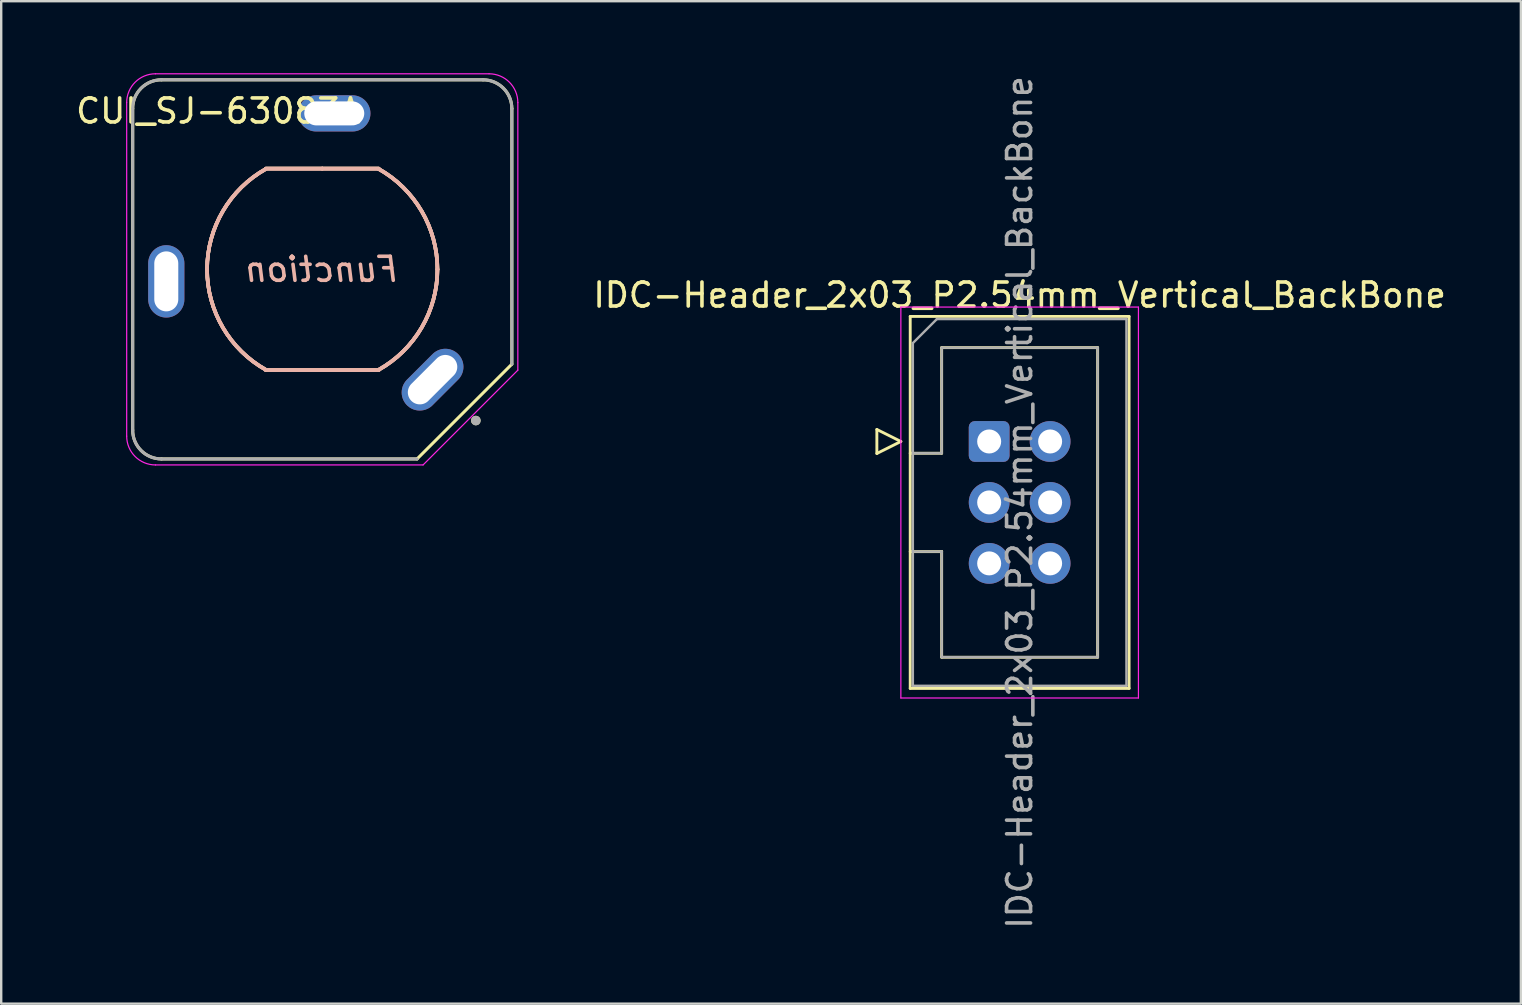
<source format=kicad_pcb>
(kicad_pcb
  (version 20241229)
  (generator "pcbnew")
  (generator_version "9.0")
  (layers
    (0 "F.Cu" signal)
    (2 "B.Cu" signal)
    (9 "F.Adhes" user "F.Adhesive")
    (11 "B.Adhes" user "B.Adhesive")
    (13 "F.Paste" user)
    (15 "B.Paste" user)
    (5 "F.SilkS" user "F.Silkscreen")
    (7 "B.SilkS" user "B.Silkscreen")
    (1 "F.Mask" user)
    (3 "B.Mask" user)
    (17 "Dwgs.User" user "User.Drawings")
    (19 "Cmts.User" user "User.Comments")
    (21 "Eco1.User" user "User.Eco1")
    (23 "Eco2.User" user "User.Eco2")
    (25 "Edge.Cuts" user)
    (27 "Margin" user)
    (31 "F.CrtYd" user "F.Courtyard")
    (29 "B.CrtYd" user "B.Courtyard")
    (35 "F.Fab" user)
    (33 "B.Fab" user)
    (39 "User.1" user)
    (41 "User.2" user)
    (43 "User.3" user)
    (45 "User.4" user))
  (footprint "IDC-Header_2x03_P2.54mm_Vertical_BackBone"
    (layer "F.Cu")
    (at 38.17 15.347)
    (property "Reference" "IDC-Header_2x03_P2.54mm_Vertical_BackBone" (at 1.27 -6.1 0) (layer "F.SilkS") (effects (font (size 1 1) (thickness 0.15))))
    (attr through_hole)
    (fp_line (start -4.68 -0.5) (end -4.68 0.5) (stroke (width 0.12) (type solid)) (layer "F.SilkS"))
    (fp_line (start -4.68 0.5) (end -3.68 0) (stroke (width 0.12) (type solid)) (layer "F.SilkS"))
    (fp_line (start -3.68 0) (end -4.68 -0.5) (stroke (width 0.12) (type solid)) (layer "F.SilkS"))
    (fp_line (start -3.29 -5.21) (end 5.83 -5.21) (stroke (width 0.12) (type solid)) (layer "F.SilkS"))
    (fp_line (start -3.29 0.49) (end -1.98 0.49) (stroke (width 0.12) (type solid)) (layer "F.SilkS"))
    (fp_line (start -3.29 10.29) (end -3.29 -5.21) (stroke (width 0.12) (type solid)) (layer "F.SilkS"))
    (fp_line (start -1.98 -3.91) (end 4.52 -3.91) (stroke (width 0.12) (type solid)) (layer "F.SilkS"))
    (fp_line (start -1.98 0.49) (end -1.98 -3.91) (stroke (width 0.12) (type solid)) (layer "F.SilkS"))
    (fp_line (start -1.98 4.59) (end -3.29 4.59) (stroke (width 0.12) (type solid)) (layer "F.SilkS"))
    (fp_line (start -1.98 4.59) (end -1.98 4.59) (stroke (width 0.12) (type solid)) (layer "F.SilkS"))
    (fp_line (start -1.98 8.99) (end -1.98 4.59) (stroke (width 0.12) (type solid)) (layer "F.SilkS"))
    (fp_line (start 4.52 -3.91) (end 4.52 8.99) (stroke (width 0.12) (type solid)) (layer "F.SilkS"))
    (fp_line (start 4.52 8.99) (end -1.98 8.99) (stroke (width 0.12) (type solid)) (layer "F.SilkS"))
    (fp_line (start 5.83 -5.21) (end 5.83 10.29) (stroke (width 0.12) (type solid)) (layer "F.SilkS"))
    (fp_line (start 5.83 10.29) (end -3.29 10.29) (stroke (width 0.12) (type solid)) (layer "F.SilkS"))
    (fp_line (start -3.68 -5.6) (end -3.68 10.69) (stroke (width 0.05) (type solid)) (layer "F.CrtYd"))
    (fp_line (start -3.68 10.69) (end 6.22 10.69) (stroke (width 0.05) (type solid)) (layer "F.CrtYd"))
    (fp_line (start 6.22 -5.6) (end -3.68 -5.6) (stroke (width 0.05) (type solid)) (layer "F.CrtYd"))
    (fp_line (start 6.22 10.69) (end 6.22 -5.6) (stroke (width 0.05) (type solid)) (layer "F.CrtYd"))
    (fp_line (start -3.18 -4.1) (end -2.18 -5.1) (stroke (width 0.1) (type solid)) (layer "F.Fab"))
    (fp_line (start -3.18 0.49) (end -1.98 0.49) (stroke (width 0.1) (type solid)) (layer "F.Fab"))
    (fp_line (start -3.18 10.18) (end -3.18 -4.1) (stroke (width 0.1) (type solid)) (layer "F.Fab"))
    (fp_line (start -2.18 -5.1) (end 5.72 -5.1) (stroke (width 0.1) (type solid)) (layer "F.Fab"))
    (fp_line (start -1.98 -3.91) (end 4.52 -3.91) (stroke (width 0.1) (type solid)) (layer "F.Fab"))
    (fp_line (start -1.98 0.49) (end -1.98 -3.91) (stroke (width 0.1) (type solid)) (layer "F.Fab"))
    (fp_line (start -1.98 4.59) (end -3.18 4.59) (stroke (width 0.1) (type solid)) (layer "F.Fab"))
    (fp_line (start -1.98 4.59) (end -1.98 4.59) (stroke (width 0.1) (type solid)) (layer "F.Fab"))
    (fp_line (start -1.98 8.99) (end -1.98 4.59) (stroke (width 0.1) (type solid)) (layer "F.Fab"))
    (fp_line (start 4.52 -3.91) (end 4.52 8.99) (stroke (width 0.1) (type solid)) (layer "F.Fab"))
    (fp_line (start 4.52 8.99) (end -1.98 8.99) (stroke (width 0.1) (type solid)) (layer "F.Fab"))
    (fp_line (start 5.72 -5.1) (end 5.72 10.18) (stroke (width 0.1) (type solid)) (layer "F.Fab"))
    (fp_line (start 5.72 10.18) (end -3.18 10.18) (stroke (width 0.1) (type solid)) (layer "F.Fab"))
    (fp_text user "${REFERENCE}" (at 1.27 2.54 90) (layer "F.Fab") (effects (font (size 1 1) (thickness 0.15))))
    (pad "1" thru_hole roundrect (at 0 0) (size 1.7 1.7) (drill 1) (layers "*.Cu" "*.Mask") (roundrect_rratio 0.147))
    (pad "2" thru_hole circle (at 0 2.54) (size 1.7 1.7) (drill 1) (layers "*.Cu" "*.Mask"))
    (pad "3" thru_hole circle (at 0 5.08) (size 1.7 1.7) (drill 1) (layers "*.Cu" "*.Mask"))
    (pad "4" thru_hole circle (at 2.54 0) (size 1.7 1.7) (drill 1) (layers "*.Cu" "*.Mask"))
    (pad "5" thru_hole circle (at 2.54 2.54) (size 1.7 1.7) (drill 1) (layers "*.Cu" "*.Mask"))
    (pad "6" thru_hole circle (at 2.54 5.08) (size 1.7 1.7) (drill 1) (layers "*.Cu" "*.Mask")))
  (footprint "CUI_SJ-63083A"
    (layer "F.Cu")
    (at 10.379 8.175)
    (property "Reference" "CUI_SJ-63083A" (at -4.325 -6.6 0) (layer "F.SilkS") (effects (font (size 1 1) (thickness 0.15))))
    (property "Function" "Function" (at 0 0 180) (layer "B.SilkS") (effects (font (size 1 1) (thickness 0.15) (italic yes)) (justify mirror)))
    (attr through_hole)
    (fp_line (start -7.9 6.7) (end -7.9 -6.7) (stroke (width 0.127) (type solid)) (layer "F.SilkS"))
    (fp_line (start -6.7 -7.9) (end 6.7 -7.9) (stroke (width 0.127) (type solid)) (layer "F.SilkS"))
    (fp_line (start 0 -4.2) (end -2.35 -4.2) (stroke (width 0.15) (type default)) (layer "F.SilkS"))
    (fp_line (start 0 -4.2) (end 2.35 -4.2) (stroke (width 0.15) (type default)) (layer "F.SilkS"))
    (fp_line (start 0 4.2) (end -2.35 4.2) (stroke (width 0.15) (type default)) (layer "F.SilkS"))
    (fp_line (start 0 4.2) (end 2.35 4.2) (stroke (width 0.15) (type default)) (layer "F.SilkS"))
    (fp_line (start 3.95 7.9) (end -6.7 7.9) (stroke (width 0.127) (type solid)) (layer "F.SilkS"))
    (fp_line (start 7.9 -6.7) (end 7.9 3.95) (stroke (width 0.127) (type solid)) (layer "F.SilkS"))
    (fp_line (start 7.9 3.95) (end 3.95 7.9) (stroke (width 0.127) (type solid)) (layer "F.SilkS"))
    (fp_arc (start -7.9 -6.7) (mid -7.548528 -7.548528) (end -6.7 -7.9) (stroke (width 0.127) (type solid)) (layer "F.SilkS"))
    (fp_arc (start -6.7 7.9) (mid -7.548528 7.548528) (end -7.9 6.7) (stroke (width 0.127) (type solid)) (layer "F.SilkS"))
    (fp_arc (start -4.8 0) (mid -4.14066 -2.427948) (end -2.343778 -4.188879) (stroke (width 0.15) (type default)) (layer "F.SilkS"))
    (fp_arc (start -2.343778 4.188879) (mid -4.14066 2.427948) (end -4.8 0) (stroke (width 0.15) (type default)) (layer "F.SilkS"))
    (fp_arc (start 2.343778 -4.188879) (mid 4.14066 -2.427948) (end 4.8 0) (stroke (width 0.15) (type default)) (layer "F.SilkS"))
    (fp_arc (start 4.8 0) (mid 4.14066 2.427948) (end 2.343778 4.188879) (stroke (width 0.15) (type default)) (layer "F.SilkS"))
    (fp_arc (start 6.7 -7.9) (mid 7.548528 -7.548528) (end 7.9 -6.7) (stroke (width 0.127) (type solid)) (layer "F.SilkS"))
    (fp_circle (center 6.4 6.3) (end 6.5 6.3) (stroke (width 0.2) (type solid)) (fill no) (layer "F.SilkS"))
    (fp_line (start 0 -4.2) (end -2.35 -4.2) (stroke (width 0.15) (type default)) (layer "B.SilkS"))
    (fp_line (start 0 -4.2) (end 2.35 -4.2) (stroke (width 0.15) (type default)) (layer "B.SilkS"))
    (fp_line (start 0 4.2) (end -2.35 4.2) (stroke (width 0.15) (type default)) (layer "B.SilkS"))
    (fp_line (start 0 4.2) (end 2.35 4.2) (stroke (width 0.15) (type default)) (layer "B.SilkS"))
    (fp_line (start 0.000003 -4.2) (end -2.35 -4.2) (stroke (width 0.15) (type default)) (layer "B.SilkS"))
    (fp_line (start 0.000003 -4.2) (end -2.35 -4.2) (stroke (width 0.15) (type default)) (layer "B.SilkS"))
    (fp_line (start 0.000003 -4.2) (end 2.35 -4.2) (stroke (width 0.15) (type default)) (layer "B.SilkS"))
    (fp_line (start 0.000003 -4.2) (end 2.35 -4.2) (stroke (width 0.15) (type default)) (layer "B.SilkS"))
    (fp_line (start 0.000003 4.2) (end -2.35 4.2) (stroke (width 0.15) (type default)) (layer "B.SilkS"))
    (fp_line (start 0.000003 4.2) (end -2.35 4.2) (stroke (width 0.15) (type default)) (layer "B.SilkS"))
    (fp_line (start 0.000003 4.2) (end 2.35 4.2) (stroke (width 0.15) (type default)) (layer "B.SilkS"))
    (fp_line (start 0.000003 4.2) (end 2.35 4.2) (stroke (width 0.15) (type default)) (layer "B.SilkS"))
    (fp_arc (start -4.8 0) (mid -4.14066 -2.427948) (end -2.343778 -4.188879) (stroke (width 0.15) (type default)) (layer "B.SilkS"))
    (fp_arc (start -4.799997 0) (mid -4.140657 -2.427948) (end -2.343775 -4.188879) (stroke (width 0.15) (type default)) (layer "B.SilkS"))
    (fp_arc (start -4.799997 0) (mid -4.140657 -2.427948) (end -2.343775 -4.188879) (stroke (width 0.15) (type default)) (layer "B.SilkS"))
    (fp_arc (start -2.343778 4.188879) (mid -4.14066 2.427948) (end -4.8 0) (stroke (width 0.15) (type default)) (layer "B.SilkS"))
    (fp_arc (start -2.343775 4.188879) (mid -4.140657 2.427948) (end -4.799997 0) (stroke (width 0.15) (type default)) (layer "B.SilkS"))
    (fp_arc (start -2.343775 4.188879) (mid -4.140657 2.427948) (end -4.799997 0) (stroke (width 0.15) (type default)) (layer "B.SilkS"))
    (fp_arc (start 2.343778 -4.188879) (mid 4.14066 -2.427948) (end 4.8 0) (stroke (width 0.15) (type default)) (layer "B.SilkS"))
    (fp_arc (start 2.343781 -4.188879) (mid 4.140663 -2.427948) (end 4.800003 0) (stroke (width 0.15) (type default)) (layer "B.SilkS"))
    (fp_arc (start 2.343781 -4.188879) (mid 4.140663 -2.427948) (end 4.800003 0) (stroke (width 0.15) (type default)) (layer "B.SilkS"))
    (fp_arc (start 4.8 0) (mid 4.14066 2.427948) (end 2.343778 4.188879) (stroke (width 0.15) (type default)) (layer "B.SilkS"))
    (fp_arc (start 4.800003 0) (mid 4.140663 2.427948) (end 2.343781 4.188879) (stroke (width 0.15) (type default)) (layer "B.SilkS"))
    (fp_arc (start 4.800003 0) (mid 4.140663 2.427948) (end 2.343781 4.188879) (stroke (width 0.15) (type default)) (layer "B.SilkS"))
    (fp_line (start -8.15 6.95) (end -8.15 -6.95) (stroke (width 0.05) (type solid)) (layer "F.CrtYd"))
    (fp_line (start -6.95 -8.15) (end 6.95 -8.15) (stroke (width 0.05) (type solid)) (layer "F.CrtYd"))
    (fp_line (start 4.2 8.15) (end -6.95 8.15) (stroke (width 0.05) (type solid)) (layer "F.CrtYd"))
    (fp_line (start 8.15 -6.95) (end 8.15 4.2) (stroke (width 0.05) (type solid)) (layer "F.CrtYd"))
    (fp_line (start 8.15 4.2) (end 4.2 8.15) (stroke (width 0.05) (type solid)) (layer "F.CrtYd"))
    (fp_arc (start -8.15 -6.95) (mid -7.798528 -7.798528) (end -6.95 -8.15) (stroke (width 0.05) (type solid)) (layer "F.CrtYd"))
    (fp_arc (start -6.95 8.15) (mid -7.798528 7.798528) (end -8.15 6.95) (stroke (width 0.05) (type solid)) (layer "F.CrtYd"))
    (fp_arc (start 6.95 -8.15) (mid 7.798528 -7.798528) (end 8.15 -6.95) (stroke (width 0.05) (type solid)) (layer "F.CrtYd"))
    (fp_line (start -7.9 6.7) (end -7.9 -6.7) (stroke (width 0.127) (type solid)) (layer "F.Fab"))
    (fp_line (start -6.7 -7.9) (end 6.7 -7.9) (stroke (width 0.127) (type solid)) (layer "F.Fab"))
    (fp_line (start 3.95 7.9) (end -6.7 7.9) (stroke (width 0.127) (type solid)) (layer "F.Fab"))
    (fp_line (start 7.9 -6.7) (end 7.9 3.95) (stroke (width 0.127) (type solid)) (layer "F.Fab"))
    (fp_arc (start -7.9 -6.7) (mid -7.548528 -7.548528) (end -6.7 -7.9) (stroke (width 0.127) (type solid)) (layer "F.Fab"))
    (fp_arc (start -6.7 7.9) (mid -7.548528 7.548528) (end -7.9 6.7) (stroke (width 0.127) (type solid)) (layer "F.Fab"))
    (fp_arc (start 6.7 -7.9) (mid 7.548528 -7.548528) (end 7.9 -6.7) (stroke (width 0.127) (type solid)) (layer "F.Fab"))
    (fp_circle (center 6.4 6.3) (end 6.5 6.3) (stroke (width 0.2) (type solid)) (fill no) (layer "F.Fab"))
    (pad "R" thru_hole oval (at 0.5 -6.5) (size 3.016 1.508) (drill oval 2.5 1) (layers "*.Cu" "*.Mask"))
    (pad "S" thru_hole oval (at 4.596 4.596 225) (size 3.016 1.508) (drill oval 2.5 1) (layers "*.Cu" "*.Mask"))
    (pad "T" thru_hole oval (at -6.5 0.5) (size 1.508 3.016) (drill oval 1 2.5) (layers "*.Cu" "*.Mask")))
  (gr_rect
    (start -3 -3)
    (end 60.327 38.774)
    (stroke (width 0.1) (type default))
    (fill no)
    (layer "Edge.Cuts")))
</source>
